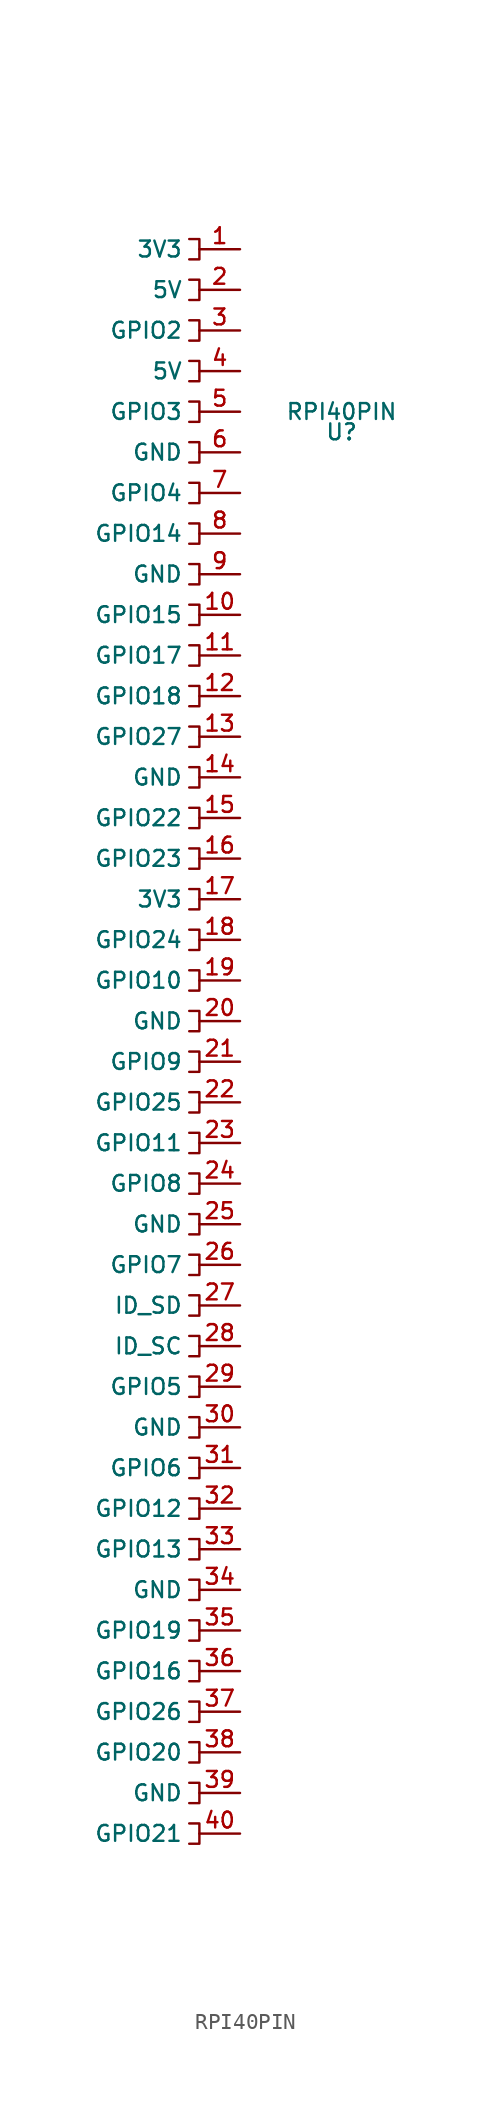
<source format=kicad_sym>
(kicad_symbol_lib
  (version 20211014)
  (generator kicad_symbol_editor)
  (symbol "RPI40PIN"
    (pin_names
      (offset 1.016))
    (property "Reference" "U"
      (at 6.35 6.35 0)
      (effects (font (size 0.991 0.991))))
    (property "Value" "RPI40PIN"
      (at 6.35 7.62 0)
      (effects (font (size 0.991 0.991))))
    (symbol "RPI40PIN_0_1"
      (polyline (pts (xy -3.175 -80.645) (xy -2.54 -80.645) (xy -2.54 -81.915) (xy -3.175 -81.915)) (stroke (width 0) (type default) (color 0 0 0 0)) (fill (type none)))
      (polyline (pts (xy -3.175 -78.105) (xy -2.54 -78.105) (xy -2.54 -79.375) (xy -3.175 -79.375)) (stroke (width 0) (type default) (color 0 0 0 0)) (fill (type none)))
      (polyline (pts (xy -3.175 -75.565) (xy -2.54 -75.565) (xy -2.54 -76.835) (xy -3.175 -76.835)) (stroke (width 0) (type default) (color 0 0 0 0)) (fill (type none)))
      (polyline (pts (xy -3.175 -73.025) (xy -2.54 -73.025) (xy -2.54 -74.295) (xy -3.175 -74.295)) (stroke (width 0) (type default) (color 0 0 0 0)) (fill (type none)))
      (polyline (pts (xy -3.175 -70.485) (xy -2.54 -70.485) (xy -2.54 -71.755) (xy -3.175 -71.755)) (stroke (width 0) (type default) (color 0 0 0 0)) (fill (type none)))
      (polyline (pts (xy -3.175 -67.945) (xy -2.54 -67.945) (xy -2.54 -69.215) (xy -3.175 -69.215)) (stroke (width 0) (type default) (color 0 0 0 0)) (fill (type none)))
      (polyline (pts (xy -3.175 -65.405) (xy -2.54 -65.405) (xy -2.54 -66.675) (xy -3.175 -66.675)) (stroke (width 0) (type default) (color 0 0 0 0)) (fill (type none)))
      (polyline (pts (xy -3.175 -62.865) (xy -2.54 -62.865) (xy -2.54 -64.135) (xy -3.175 -64.135)) (stroke (width 0) (type default) (color 0 0 0 0)) (fill (type none)))
      (polyline (pts (xy -3.175 -60.325) (xy -2.54 -60.325) (xy -2.54 -61.595) (xy -3.175 -61.595)) (stroke (width 0) (type default) (color 0 0 0 0)) (fill (type none)))
      (polyline (pts (xy -3.175 -57.785) (xy -2.54 -57.785) (xy -2.54 -59.055) (xy -3.175 -59.055)) (stroke (width 0) (type default) (color 0 0 0 0)) (fill (type none)))
      (polyline (pts (xy -3.175 -55.245) (xy -2.54 -55.245) (xy -2.54 -56.515) (xy -3.175 -56.515)) (stroke (width 0) (type default) (color 0 0 0 0)) (fill (type none)))
      (polyline (pts (xy -3.175 -52.705) (xy -2.54 -52.705) (xy -2.54 -53.975) (xy -3.175 -53.975)) (stroke (width 0) (type default) (color 0 0 0 0)) (fill (type none)))
      (polyline (pts (xy -3.175 -50.165) (xy -2.54 -50.165) (xy -2.54 -51.435) (xy -3.175 -51.435)) (stroke (width 0) (type default) (color 0 0 0 0)) (fill (type none)))
      (polyline (pts (xy -3.175 -47.625) (xy -2.54 -47.625) (xy -2.54 -48.895) (xy -3.175 -48.895)) (stroke (width 0) (type default) (color 0 0 0 0)) (fill (type none)))
      (polyline (pts (xy -3.175 -45.085) (xy -2.54 -45.085) (xy -2.54 -46.355) (xy -3.175 -46.355)) (stroke (width 0) (type default) (color 0 0 0 0)) (fill (type none)))
      (polyline (pts (xy -3.175 -42.545) (xy -2.54 -42.545) (xy -2.54 -43.815) (xy -3.175 -43.815)) (stroke (width 0) (type default) (color 0 0 0 0)) (fill (type none)))
      (polyline (pts (xy -3.175 -40.005) (xy -2.54 -40.005) (xy -2.54 -41.275) (xy -3.175 -41.275)) (stroke (width 0) (type default) (color 0 0 0 0)) (fill (type none)))
      (polyline (pts (xy -3.175 -37.465) (xy -2.54 -37.465) (xy -2.54 -38.735) (xy -3.175 -38.735)) (stroke (width 0) (type default) (color 0 0 0 0)) (fill (type none)))
      (polyline (pts (xy -3.175 -34.925) (xy -2.54 -34.925) (xy -2.54 -36.195) (xy -3.175 -36.195)) (stroke (width 0) (type default) (color 0 0 0 0)) (fill (type none)))
      (polyline (pts (xy -3.175 -32.385) (xy -2.54 -32.385) (xy -2.54 -33.655) (xy -3.175 -33.655)) (stroke (width 0) (type default) (color 0 0 0 0)) (fill (type none)))
      (polyline (pts (xy -3.175 -29.845) (xy -2.54 -29.845) (xy -2.54 -31.115) (xy -3.175 -31.115)) (stroke (width 0) (type default) (color 0 0 0 0)) (fill (type none)))
      (polyline (pts (xy -3.175 -27.305) (xy -2.54 -27.305) (xy -2.54 -28.575) (xy -3.175 -28.575)) (stroke (width 0) (type default) (color 0 0 0 0)) (fill (type none)))
      (polyline (pts (xy -3.175 -24.765) (xy -2.54 -24.765) (xy -2.54 -26.035) (xy -3.175 -26.035)) (stroke (width 0) (type default) (color 0 0 0 0)) (fill (type none)))
      (polyline (pts (xy -3.175 -22.225) (xy -2.54 -22.225) (xy -2.54 -23.495) (xy -3.175 -23.495)) (stroke (width 0) (type default) (color 0 0 0 0)) (fill (type none)))
      (polyline (pts (xy -3.175 -19.685) (xy -2.54 -19.685) (xy -2.54 -20.955) (xy -3.175 -20.955)) (stroke (width 0) (type default) (color 0 0 0 0)) (fill (type none)))
      (polyline (pts (xy -3.175 -17.145) (xy -2.54 -17.145) (xy -2.54 -18.415) (xy -3.175 -18.415)) (stroke (width 0) (type default) (color 0 0 0 0)) (fill (type none)))
      (polyline (pts (xy -3.175 -14.605) (xy -2.54 -14.605) (xy -2.54 -15.875) (xy -3.175 -15.875)) (stroke (width 0) (type default) (color 0 0 0 0)) (fill (type none)))
      (polyline (pts (xy -3.175 -12.065) (xy -2.54 -12.065) (xy -2.54 -13.335) (xy -3.175 -13.335)) (stroke (width 0) (type default) (color 0 0 0 0)) (fill (type none)))
      (polyline (pts (xy -3.175 -9.525) (xy -2.54 -9.525) (xy -2.54 -10.795) (xy -3.175 -10.795)) (stroke (width 0) (type default) (color 0 0 0 0)) (fill (type none)))
      (polyline (pts (xy -3.175 -6.985) (xy -2.54 -6.985) (xy -2.54 -8.255) (xy -3.175 -8.255)) (stroke (width 0) (type default) (color 0 0 0 0)) (fill (type none)))
      (polyline (pts (xy -3.175 -4.445) (xy -2.54 -4.445) (xy -2.54 -5.715) (xy -3.175 -5.715)) (stroke (width 0) (type default) (color 0 0 0 0)) (fill (type none)))
      (polyline (pts (xy -3.175 -1.905) (xy -2.54 -1.905) (xy -2.54 -3.175) (xy -3.175 -3.175)) (stroke (width 0) (type default) (color 0 0 0 0)) (fill (type none)))
      (polyline (pts (xy -3.175 0.635) (xy -2.54 0.635) (xy -2.54 -0.635) (xy -3.175 -0.635)) (stroke (width 0) (type default) (color 0 0 0 0)) (fill (type none)))
      (polyline (pts (xy -3.175 3.175) (xy -2.54 3.175) (xy -2.54 1.905) (xy -3.175 1.905)) (stroke (width 0) (type default) (color 0 0 0 0)) (fill (type none)))
      (polyline (pts (xy -3.175 5.715) (xy -2.54 5.715) (xy -2.54 4.445) (xy -3.175 4.445)) (stroke (width 0) (type default) (color 0 0 0 0)) (fill (type none)))
      (polyline (pts (xy -3.175 8.255) (xy -2.54 8.255) (xy -2.54 6.985) (xy -3.175 6.985)) (stroke (width 0) (type default) (color 0 0 0 0)) (fill (type none)))
      (polyline (pts (xy -3.175 10.795) (xy -2.54 10.795) (xy -2.54 9.525) (xy -3.175 9.525)) (stroke (width 0) (type default) (color 0 0 0 0)) (fill (type none)))
      (polyline (pts (xy -3.175 13.335) (xy -2.54 13.335) (xy -2.54 12.065) (xy -3.175 12.065)) (stroke (width 0) (type default) (color 0 0 0 0)) (fill (type none)))
      (polyline (pts (xy -3.175 14.605) (xy -2.54 14.605) (xy -2.54 15.875) (xy -3.175 15.875)) (stroke (width 0) (type default) (color 0 0 0 0)) (fill (type none)))
      (polyline (pts (xy -3.175 17.145) (xy -2.54 17.145) (xy -2.54 18.415) (xy -3.175 18.415)) (stroke (width 0) (type default) (color 0 0 0 0)) (fill (type none))))
    (symbol "RPI40PIN_1_1"
      (pin power_out line (at 0 17.78 180) (length 2.54) (name "3V3" (effects (font (size 0.991 0.991)))) (number "1" (effects (font (size 0.991 0.991)))))
      (pin passive line (at 0 -5.08 180) (length 2.54) (name "GPIO15" (effects (font (size 0.991 0.991)))) (number "10" (effects (font (size 0.991 0.991)))))
      (pin passive line (at 0 -7.62 180) (length 2.54) (name "GPIO17" (effects (font (size 0.991 0.991)))) (number "11" (effects (font (size 0.991 0.991)))))
      (pin passive line (at 0 -10.16 180) (length 2.54) (name "GPIO18" (effects (font (size 0.991 0.991)))) (number "12" (effects (font (size 0.991 0.991)))))
      (pin passive line (at 0 -12.7 180) (length 2.54) (name "GPIO27" (effects (font (size 0.991 0.991)))) (number "13" (effects (font (size 0.991 0.991)))))
      (pin power_in line (at 0 -15.24 180) (length 2.54) (name "GND" (effects (font (size 0.991 0.991)))) (number "14" (effects (font (size 0.991 0.991)))))
      (pin passive line (at 0 -17.78 180) (length 2.54) (name "GPIO22" (effects (font (size 0.991 0.991)))) (number "15" (effects (font (size 0.991 0.991)))))
      (pin passive line (at 0 -20.32 180) (length 2.54) (name "GPIO23" (effects (font (size 0.991 0.991)))) (number "16" (effects (font (size 0.991 0.991)))))
      (pin power_out line (at 0 -22.86 180) (length 2.54) (name "3V3" (effects (font (size 0.991 0.991)))) (number "17" (effects (font (size 0.991 0.991)))))
      (pin passive line (at 0 -25.4 180) (length 2.54) (name "GPIO24" (effects (font (size 0.991 0.991)))) (number "18" (effects (font (size 0.991 0.991)))))
      (pin passive line (at 0 -27.94 180) (length 2.54) (name "GPIO10" (effects (font (size 0.991 0.991)))) (number "19" (effects (font (size 0.991 0.991)))))
      (pin power_in line (at 0 15.24 180) (length 2.54) (name "5V" (effects (font (size 0.991 0.991)))) (number "2" (effects (font (size 0.991 0.991)))))
      (pin power_in line (at 0 -30.48 180) (length 2.54) (name "GND" (effects (font (size 0.991 0.991)))) (number "20" (effects (font (size 0.991 0.991)))))
      (pin passive line (at 0 -33.02 180) (length 2.54) (name "GPIO9" (effects (font (size 0.991 0.991)))) (number "21" (effects (font (size 0.991 0.991)))))
      (pin passive line (at 0 -35.56 180) (length 2.54) (name "GPIO25" (effects (font (size 0.991 0.991)))) (number "22" (effects (font (size 0.991 0.991)))))
      (pin passive line (at 0 -38.1 180) (length 2.54) (name "GPIO11" (effects (font (size 0.991 0.991)))) (number "23" (effects (font (size 0.991 0.991)))))
      (pin passive line (at 0 -40.64 180) (length 2.54) (name "GPIO8" (effects (font (size 0.991 0.991)))) (number "24" (effects (font (size 0.991 0.991)))))
      (pin power_in line (at 0 -43.18 180) (length 2.54) (name "GND" (effects (font (size 0.991 0.991)))) (number "25" (effects (font (size 0.991 0.991)))))
      (pin passive line (at 0 -45.72 180) (length 2.54) (name "GPIO7" (effects (font (size 0.991 0.991)))) (number "26" (effects (font (size 0.991 0.991)))))
      (pin passive line (at 0 -48.26 180) (length 2.54) (name "ID_SD" (effects (font (size 0.991 0.991)))) (number "27" (effects (font (size 0.991 0.991)))))
      (pin passive line (at 0 -50.8 180) (length 2.54) (name "ID_SC" (effects (font (size 0.991 0.991)))) (number "28" (effects (font (size 0.991 0.991)))))
      (pin passive line (at 0 -53.34 180) (length 2.54) (name "GPIO5" (effects (font (size 0.991 0.991)))) (number "29" (effects (font (size 0.991 0.991)))))
      (pin passive line (at 0 12.7 180) (length 2.54) (name "GPIO2" (effects (font (size 0.991 0.991)))) (number "3" (effects (font (size 0.991 0.991)))))
      (pin power_in line (at 0 -55.88 180) (length 2.54) (name "GND" (effects (font (size 0.991 0.991)))) (number "30" (effects (font (size 0.991 0.991)))))
      (pin passive line (at 0 -58.42 180) (length 2.54) (name "GPIO6" (effects (font (size 0.991 0.991)))) (number "31" (effects (font (size 0.991 0.991)))))
      (pin passive line (at 0 -60.96 180) (length 2.54) (name "GPIO12" (effects (font (size 0.991 0.991)))) (number "32" (effects (font (size 0.991 0.991)))))
      (pin passive line (at 0 -63.5 180) (length 2.54) (name "GPIO13" (effects (font (size 0.991 0.991)))) (number "33" (effects (font (size 0.991 0.991)))))
      (pin power_in line (at 0 -66.04 180) (length 2.54) (name "GND" (effects (font (size 0.991 0.991)))) (number "34" (effects (font (size 0.991 0.991)))))
      (pin passive line (at 0 -68.58 180) (length 2.54) (name "GPIO19" (effects (font (size 0.991 0.991)))) (number "35" (effects (font (size 0.991 0.991)))))
      (pin passive line (at 0 -71.12 180) (length 2.54) (name "GPIO16" (effects (font (size 0.991 0.991)))) (number "36" (effects (font (size 0.991 0.991)))))
      (pin passive line (at 0 -73.66 180) (length 2.54) (name "GPIO26" (effects (font (size 0.991 0.991)))) (number "37" (effects (font (size 0.991 0.991)))))
      (pin passive line (at 0 -76.2 180) (length 2.54) (name "GPIO20" (effects (font (size 0.991 0.991)))) (number "38" (effects (font (size 0.991 0.991)))))
      (pin power_in line (at 0 -78.74 180) (length 2.54) (name "GND" (effects (font (size 0.991 0.991)))) (number "39" (effects (font (size 0.991 0.991)))))
      (pin power_in line (at 0 10.16 180) (length 2.54) (name "5V" (effects (font (size 0.991 0.991)))) (number "4" (effects (font (size 0.991 0.991)))))
      (pin passive line (at 0 -81.28 180) (length 2.54) (name "GPIO21" (effects (font (size 0.991 0.991)))) (number "40" (effects (font (size 0.991 0.991)))))
      (pin passive line (at 0 7.62 180) (length 2.54) (name "GPIO3" (effects (font (size 0.991 0.991)))) (number "5" (effects (font (size 0.991 0.991)))))
      (pin power_in line (at 0 5.08 180) (length 2.54) (name "GND" (effects (font (size 0.991 0.991)))) (number "6" (effects (font (size 0.991 0.991)))))
      (pin passive line (at 0 2.54 180) (length 2.54) (name "GPIO4" (effects (font (size 0.991 0.991)))) (number "7" (effects (font (size 0.991 0.991)))))
      (pin passive line (at 0 0 180) (length 2.54) (name "GPIO14" (effects (font (size 0.991 0.991)))) (number "8" (effects (font (size 0.991 0.991)))))
      (pin power_in line (at 0 -2.54 180) (length 2.54) (name "GND" (effects (font (size 0.991 0.991)))) (number "9" (effects (font (size 0.991 0.991))))))))
</source>
